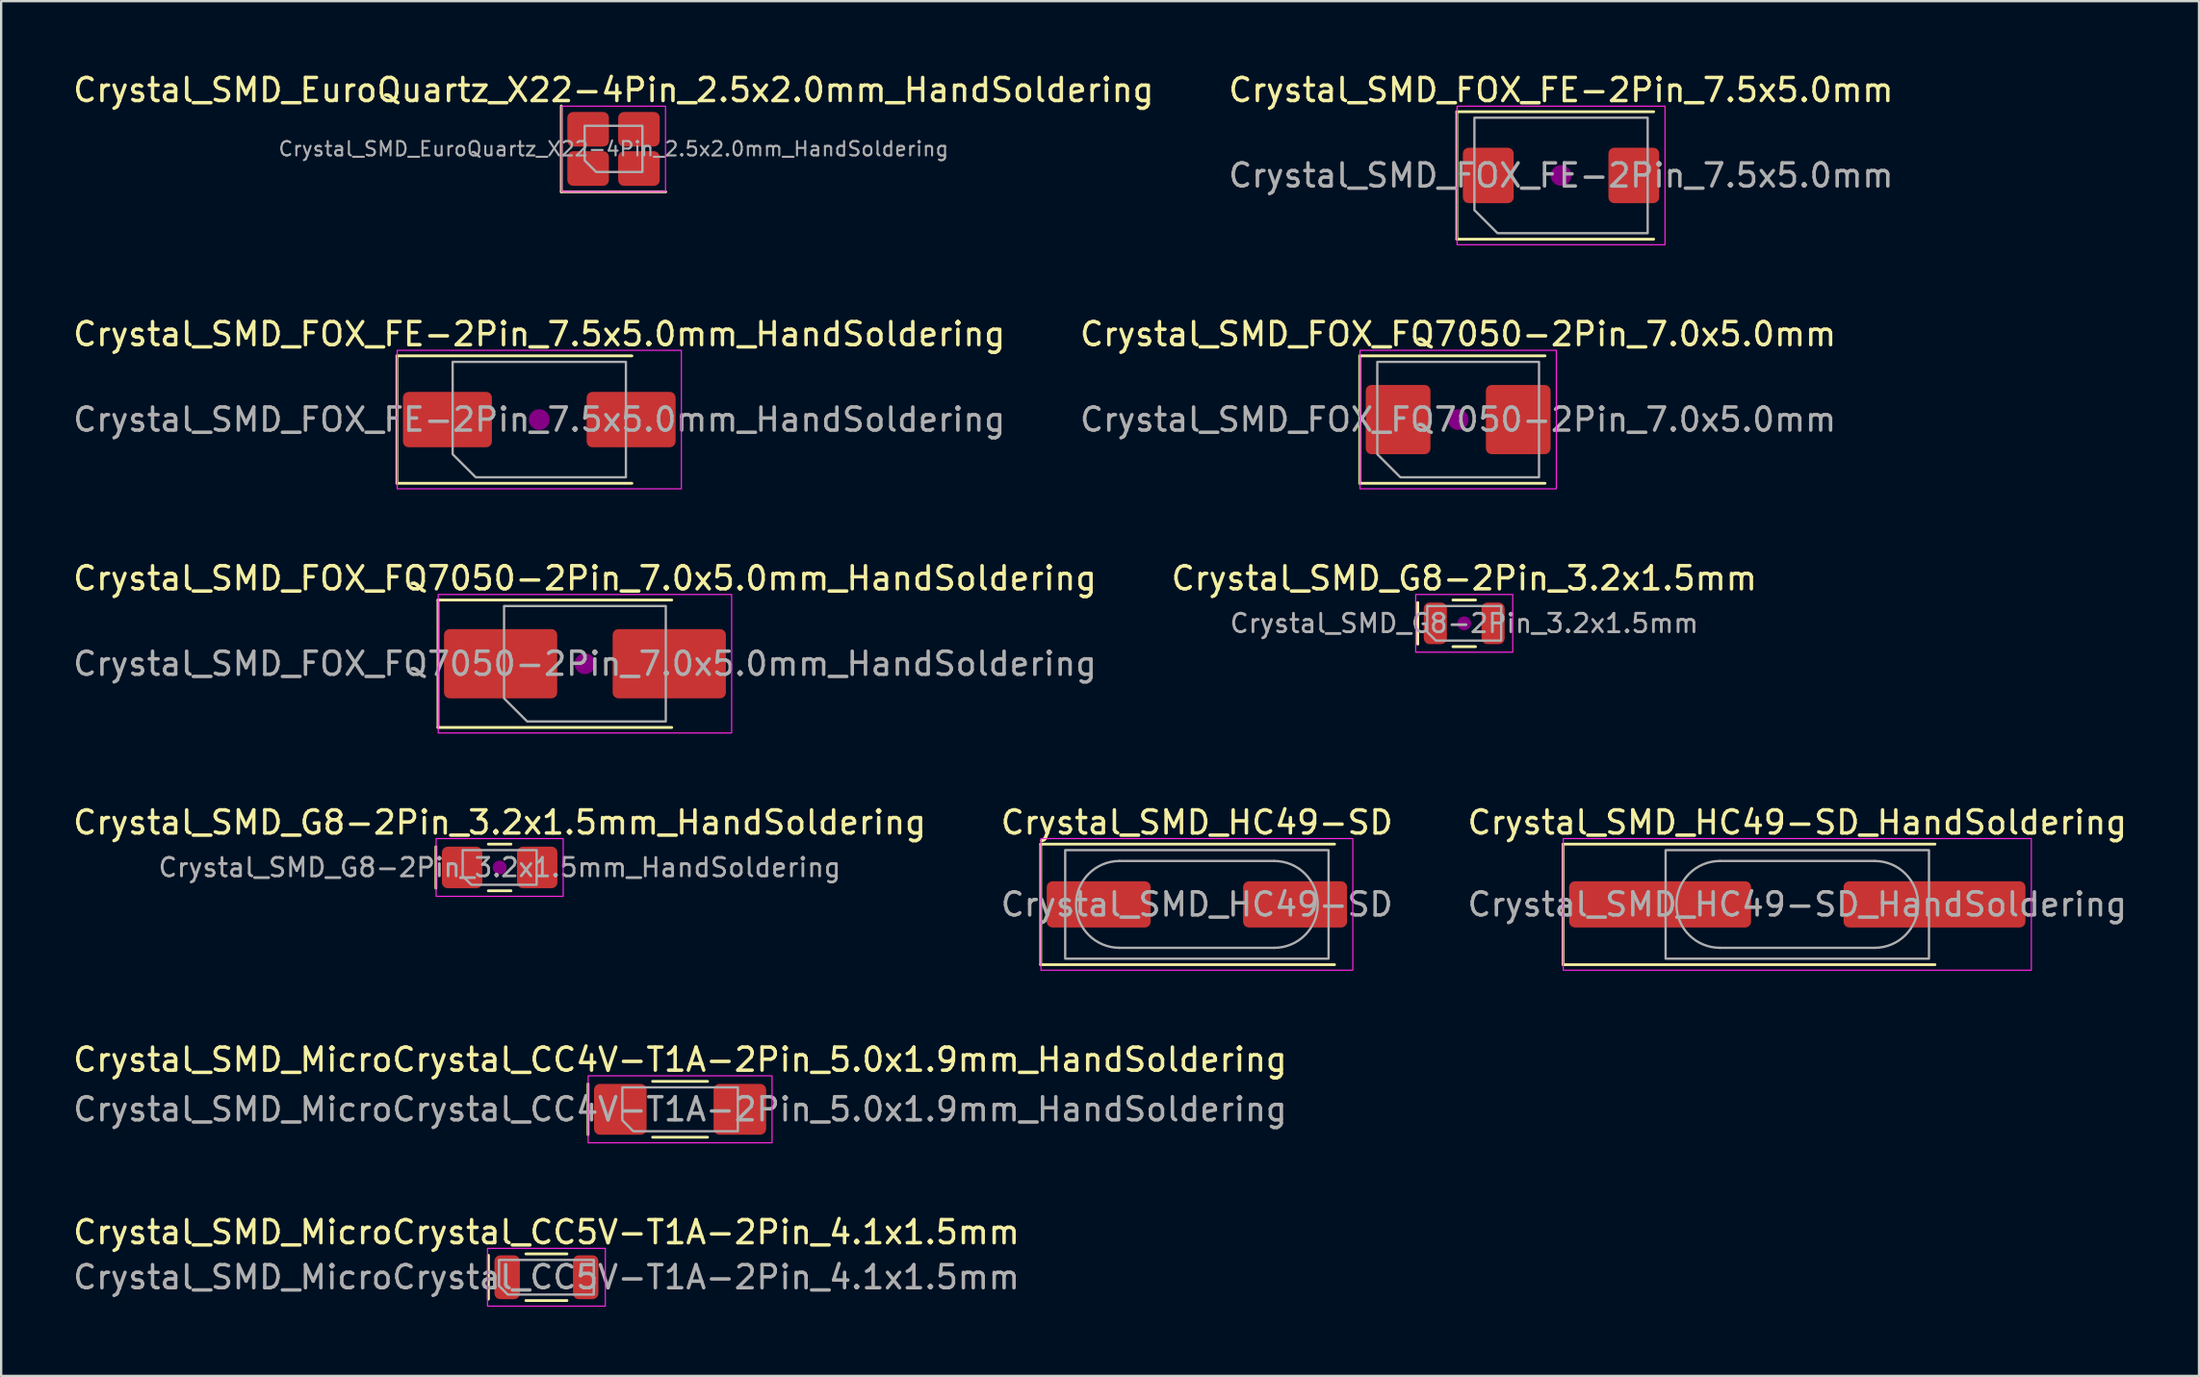
<source format=kicad_pcb>
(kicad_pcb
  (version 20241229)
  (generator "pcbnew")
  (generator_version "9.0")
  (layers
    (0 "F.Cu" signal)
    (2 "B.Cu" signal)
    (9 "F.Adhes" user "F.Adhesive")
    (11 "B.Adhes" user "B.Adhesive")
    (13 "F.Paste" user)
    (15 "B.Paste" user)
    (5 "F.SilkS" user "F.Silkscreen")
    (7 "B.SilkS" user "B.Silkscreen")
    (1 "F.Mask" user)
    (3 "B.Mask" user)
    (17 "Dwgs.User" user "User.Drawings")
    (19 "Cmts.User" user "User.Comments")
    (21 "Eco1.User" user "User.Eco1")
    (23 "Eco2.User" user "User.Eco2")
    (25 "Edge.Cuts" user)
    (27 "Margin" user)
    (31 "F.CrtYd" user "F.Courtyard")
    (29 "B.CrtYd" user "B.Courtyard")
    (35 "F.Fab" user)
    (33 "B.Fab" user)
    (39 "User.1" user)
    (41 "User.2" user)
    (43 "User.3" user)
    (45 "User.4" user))
  (footprint "Crystal_SMD_HC49-SD_HandSoldering"
    (layer "F.Cu")
    (at 74.744 36.118)
    (property "Reference" "Crystal_SMD_HC49-SD_HandSoldering" (at 0 -3.55 0) (layer "F.SilkS") (effects (font (size 1 1) (thickness 0.15))))
    (attr smd)
    (fp_line (start -10.135 -2.61) (end -10.135 2.61) (stroke (width 0.12) (type solid)) (layer "F.SilkS"))
    (fp_line (start -10.135 2.61) (end 5.96 2.61) (stroke (width 0.12) (type solid)) (layer "F.SilkS"))
    (fp_line (start 5.96 -2.61) (end -10.135 -2.61) (stroke (width 0.12) (type solid)) (layer "F.SilkS"))
    (fp_rect (start -10.13 -2.85) (end 10.13 2.85) (stroke (width 0.05) (type solid)) (fill no) (layer "F.CrtYd"))
    (fp_line (start -3.35 -1.88) (end 3.35 -1.88) (stroke (width 0.1) (type solid)) (layer "F.Fab"))
    (fp_line (start 3.35 1.88) (end -3.35 1.88) (stroke (width 0.1) (type solid)) (layer "F.Fab"))
    (fp_rect (start -5.7 -2.35) (end 5.7 2.35) (stroke (width 0.1) (type solid)) (fill no) (layer "F.Fab"))
    (fp_arc (start -3.35 1.88) (mid -5.23 0) (end -3.35 -1.88) (stroke (width 0.1) (type solid)) (layer "F.Fab"))
    (fp_arc (start 3.35 -1.88) (mid 5.23 0) (end 3.35 1.88) (stroke (width 0.1) (type solid)) (layer "F.Fab"))
    (fp_text user "${REFERENCE}" (at 0 0 0) (layer "F.Fab") (effects (font (size 1 1) (thickness 0.15))))
    (pad "1" smd roundrect (at -5.938 0) (size 7.875 2) (layers "F.Cu" "F.Mask" "F.Paste") (roundrect_rratio 0.125))
    (pad "2" smd roundrect (at 5.938 0) (size 7.875 2) (layers "F.Cu" "F.Mask" "F.Paste") (roundrect_rratio 0.125)))
  (footprint "Crystal_SMD_G8-2Pin_3.2x1.5mm"
    (layer "F.Cu")
    (at 60.327 23.945)
    (property "Reference" "Crystal_SMD_G8-2Pin_3.2x1.5mm" (at 0 -1.95 0) (layer "F.SilkS") (effects (font (size 1 1) (thickness 0.15))))
    (attr smd)
    (fp_line (start -2.01 -0.9) (end -2.01 0.9) (stroke (width 0.12) (type solid)) (layer "F.SilkS"))
    (fp_line (start -0.49 -1.01) (end 0.49 -1.01) (stroke (width 0.12) (type solid)) (layer "F.SilkS"))
    (fp_line (start -0.49 1.01) (end 0.49 1.01) (stroke (width 0.12) (type solid)) (layer "F.SilkS"))
    (fp_circle (center 0 0) (end 0.25 0) (stroke (width 0.1) (type solid)) (fill yes) (layer "F.Adhes"))
    (fp_rect (start -2.1 -1.25) (end 2.1 1.25) (stroke (width 0.05) (type solid)) (fill no) (layer "F.CrtYd"))
    (fp_poly (pts (xy -1.6 -0.75) (xy -1.6 0.375) (xy -1.225 0.75) (xy 1.6 0.75) (xy 1.6 -0.75)) (stroke (width 0.1) (type solid)) (fill no) (layer "F.Fab"))
    (fp_text user "${REFERENCE}" (at 0 0 0) (layer "F.Fab") (effects (font (size 0.8 0.8) (thickness 0.12))))
    (pad "1" smd roundrect (at -1.25 0) (size 1 1.8) (layers "F.Cu" "F.Mask" "F.Paste") (roundrect_rratio 0.25))
    (pad "2" smd roundrect (at 1.25 0) (size 1 1.8) (layers "F.Cu" "F.Mask" "F.Paste") (roundrect_rratio 0.25)))
  (footprint "Crystal_SMD_FOX_FE-2Pin_7.5x5.0mm"
    (layer "F.Cu")
    (at 64.518 4.548)
    (property "Reference" "Crystal_SMD_FOX_FE-2Pin_7.5x5.0mm" (at 0 -3.7 0) (layer "F.SilkS") (effects (font (size 1 1) (thickness 0.15))))
    (attr smd)
    (fp_line (start -4.51 -2.76) (end -4.51 2.76) (stroke (width 0.12) (type solid)) (layer "F.SilkS"))
    (fp_line (start -4.51 2.76) (end 4.01 2.76) (stroke (width 0.12) (type solid)) (layer "F.SilkS"))
    (fp_line (start 4.01 -2.76) (end -4.51 -2.76) (stroke (width 0.12) (type solid)) (layer "F.SilkS"))
    (fp_circle (center 0 0) (end 0.4 0) (stroke (width 0.1) (type solid)) (fill yes) (layer "F.Adhes"))
    (fp_rect (start -4.5 -3) (end 4.5 3) (stroke (width 0.05) (type solid)) (fill no) (layer "F.CrtYd"))
    (fp_poly (pts (xy -3.75 -2.5) (xy -3.75 1.5) (xy -2.75 2.5) (xy 3.75 2.5) (xy 3.75 -2.5)) (stroke (width 0.1) (type solid)) (fill no) (layer "F.Fab"))
    (fp_text user "${REFERENCE}" (at 0 0 0) (layer "F.Fab") (effects (font (size 1 1) (thickness 0.15))))
    (pad "1" smd roundrect (at -3.15 0) (size 2.2 2.4) (layers "F.Cu" "F.Mask" "F.Paste") (roundrect_rratio 0.114))
    (pad "2" smd roundrect (at 3.15 0) (size 2.2 2.4) (layers "F.Cu" "F.Mask" "F.Paste") (roundrect_rratio 0.114)))
  (footprint "Crystal_SMD_HC49-SD"
    (layer "F.Cu")
    (at 48.756 36.118)
    (property "Reference" "Crystal_SMD_HC49-SD" (at 0 -3.55 0) (layer "F.SilkS") (effects (font (size 1 1) (thickness 0.15))))
    (attr smd)
    (fp_line (start -6.76 -2.61) (end -6.76 2.61) (stroke (width 0.12) (type solid)) (layer "F.SilkS"))
    (fp_line (start -6.76 2.61) (end 5.96 2.61) (stroke (width 0.12) (type solid)) (layer "F.SilkS"))
    (fp_line (start 5.96 -2.61) (end -6.76 -2.61) (stroke (width 0.12) (type solid)) (layer "F.SilkS"))
    (fp_rect (start -6.75 -2.85) (end 6.75 2.85) (stroke (width 0.05) (type solid)) (fill no) (layer "F.CrtYd"))
    (fp_line (start -3.35 -1.88) (end 3.35 -1.88) (stroke (width 0.1) (type solid)) (layer "F.Fab"))
    (fp_line (start 3.35 1.88) (end -3.35 1.88) (stroke (width 0.1) (type solid)) (layer "F.Fab"))
    (fp_rect (start -5.7 -2.35) (end 5.7 2.35) (stroke (width 0.1) (type solid)) (fill no) (layer "F.Fab"))
    (fp_arc (start -3.35 1.88) (mid -5.23 0) (end -3.35 -1.88) (stroke (width 0.1) (type solid)) (layer "F.Fab"))
    (fp_arc (start 3.35 -1.88) (mid 5.23 0) (end 3.35 1.88) (stroke (width 0.1) (type solid)) (layer "F.Fab"))
    (fp_text user "${REFERENCE}" (at 0 0 0) (layer "F.Fab") (effects (font (size 1 1) (thickness 0.15))))
    (pad "1" smd roundrect (at -4.25 0) (size 4.5 2) (layers "F.Cu" "F.Mask" "F.Paste") (roundrect_rratio 0.125))
    (pad "2" smd roundrect (at 4.25 0) (size 4.5 2) (layers "F.Cu" "F.Mask" "F.Paste") (roundrect_rratio 0.125)))
  (footprint "Crystal_SMD_EuroQuartz_X22-4Pin_2.5x2.0mm_HandSoldering"
    (layer "F.Cu")
    (at 23.506 3.398)
    (property "Reference" "Crystal_SMD_EuroQuartz_X22-4Pin_2.5x2.0mm_HandSoldering" (at 0 -2.55 0) (layer "F.SilkS") (effects (font (size 1 1) (thickness 0.15))))
    (attr smd)
    (fp_line (start -2.26 -1.86) (end -2.26 1.86) (stroke (width 0.12) (type solid)) (layer "F.SilkS"))
    (fp_line (start -2.26 1.86) (end 2.26 1.86) (stroke (width 0.12) (type solid)) (layer "F.SilkS"))
    (fp_rect (start -2.25 -1.85) (end 2.25 1.85) (stroke (width 0.05) (type solid)) (fill no) (layer "F.CrtYd"))
    (fp_poly (pts (xy -1.25 -1) (xy -1.25 0.5) (xy -0.75 1) (xy 1.25 1) (xy 1.25 -1)) (stroke (width 0.1) (type solid)) (fill no) (layer "F.Fab"))
    (fp_text user "${REFERENCE}" (at 0 0 0) (layer "F.Fab") (effects (font (size 0.62 0.62) (thickness 0.09))))
    (pad "1" smd roundrect (at -1.1 0.85) (size 1.8 1.5) (layers "F.Cu" "F.Mask" "F.Paste") (roundrect_rratio 0.167))
    (pad "2" smd roundrect (at 1.1 0.85) (size 1.8 1.5) (layers "F.Cu" "F.Mask" "F.Paste") (roundrect_rratio 0.167))
    (pad "3" smd roundrect (at 1.1 -0.85) (size 1.8 1.5) (layers "F.Cu" "F.Mask" "F.Paste") (roundrect_rratio 0.167))
    (pad "4" smd roundrect (at -1.1 -0.85) (size 1.8 1.5) (layers "F.Cu" "F.Mask" "F.Paste") (roundrect_rratio 0.167)))
  (footprint "Crystal_SMD_FOX_FE-2Pin_7.5x5.0mm_HandSoldering"
    (layer "F.Cu")
    (at 20.292 15.121)
    (property "Reference" "Crystal_SMD_FOX_FE-2Pin_7.5x5.0mm_HandSoldering" (at 0 -3.7 0) (layer "F.SilkS") (effects (font (size 1 1) (thickness 0.15))))
    (attr smd)
    (fp_line (start -6.16 -2.76) (end -6.16 2.76) (stroke (width 0.12) (type solid)) (layer "F.SilkS"))
    (fp_line (start -6.16 2.76) (end 4.01 2.76) (stroke (width 0.12) (type solid)) (layer "F.SilkS"))
    (fp_line (start 4.01 -2.76) (end -6.16 -2.76) (stroke (width 0.12) (type solid)) (layer "F.SilkS"))
    (fp_circle (center 0 0) (end 0.4 0) (stroke (width 0.1) (type solid)) (fill yes) (layer "F.Adhes"))
    (fp_rect (start -6.15 -3) (end 6.15 3) (stroke (width 0.05) (type solid)) (fill no) (layer "F.CrtYd"))
    (fp_poly (pts (xy -3.75 -2.5) (xy -3.75 1.5) (xy -2.75 2.5) (xy 3.75 2.5) (xy 3.75 -2.5)) (stroke (width 0.1) (type solid)) (fill no) (layer "F.Fab"))
    (fp_text user "${REFERENCE}" (at 0 0 0) (layer "F.Fab") (effects (font (size 1 1) (thickness 0.15))))
    (pad "1" smd roundrect (at -3.975 0) (size 3.85 2.4) (layers "F.Cu" "F.Mask" "F.Paste") (roundrect_rratio 0.104))
    (pad "2" smd roundrect (at 3.975 0) (size 3.85 2.4) (layers "F.Cu" "F.Mask" "F.Paste") (roundrect_rratio 0.104)))
  (footprint "Crystal_SMD_MicroCrystal_CC5V-T1A-2Pin_4.1x1.5mm"
    (layer "F.Cu")
    (at 20.601 52.264)
    (property "Reference" "Crystal_SMD_MicroCrystal_CC5V-T1A-2Pin_4.1x1.5mm" (at 0 -1.95 0) (layer "F.SilkS") (effects (font (size 1 1) (thickness 0.15))))
    (attr smd)
    (fp_line (start -2.51 -0.95) (end -2.51 0.95) (stroke (width 0.12) (type solid)) (layer "F.SilkS"))
    (fp_line (start -0.89 -1.01) (end 0.89 -1.01) (stroke (width 0.12) (type solid)) (layer "F.SilkS"))
    (fp_line (start -0.89 1.01) (end 0.89 1.01) (stroke (width 0.12) (type solid)) (layer "F.SilkS"))
    (fp_rect (start -2.55 -1.25) (end 2.55 1.25) (stroke (width 0.05) (type solid)) (fill no) (layer "F.CrtYd"))
    (fp_poly (pts (xy -2.05 -0.75) (xy -2.05 0.375) (xy -1.675 0.75) (xy 2.05 0.75) (xy 2.05 -0.75)) (stroke (width 0.1) (type solid)) (fill no) (layer "F.Fab"))
    (fp_text user "${REFERENCE}" (at 0 0 0) (layer "F.Fab") (effects (font (size 1 1) (thickness 0.15))))
    (pad "1" smd roundrect (at -1.7 0) (size 1.1 1.9) (layers "F.Cu" "F.Mask" "F.Paste") (roundrect_rratio 0.227))
    (pad "2" smd roundrect (at 1.7 0) (size 1.1 1.9) (layers "F.Cu" "F.Mask" "F.Paste") (roundrect_rratio 0.227)))
  (footprint "Crystal_SMD_MicroCrystal_CC4V-T1A-2Pin_5.0x1.9mm_HandSoldering"
    (layer "F.Cu")
    (at 26.387 44.991)
    (property "Reference" "Crystal_SMD_MicroCrystal_CC4V-T1A-2Pin_5.0x1.9mm_HandSoldering" (at 0 -2.15 0) (layer "F.SilkS") (effects (font (size 1 1) (thickness 0.15))))
    (attr smd)
    (fp_line (start -3.985 -1.1) (end -3.985 1.1) (stroke (width 0.12) (type solid)) (layer "F.SilkS"))
    (fp_line (start -1.19 -1.21) (end 1.19 -1.21) (stroke (width 0.12) (type solid)) (layer "F.SilkS"))
    (fp_line (start -1.19 1.21) (end 1.19 1.21) (stroke (width 0.12) (type solid)) (layer "F.SilkS"))
    (fp_rect (start -3.98 -1.45) (end 3.98 1.45) (stroke (width 0.05) (type solid)) (fill no) (layer "F.CrtYd"))
    (fp_poly (pts (xy -2.5 -0.95) (xy -2.5 0.475) (xy -2.025 0.95) (xy 2.5 0.95) (xy 2.5 -0.95)) (stroke (width 0.1) (type solid)) (fill no) (layer "F.Fab"))
    (fp_text user "${REFERENCE}" (at 0 0 0) (layer "F.Fab") (effects (font (size 1 1) (thickness 0.15))))
    (pad "1" smd roundrect (at -2.587 0) (size 2.275 2.2) (layers "F.Cu" "F.Mask" "F.Paste") (roundrect_rratio 0.114))
    (pad "2" smd roundrect (at 2.587 0) (size 2.275 2.2) (layers "F.Cu" "F.Mask" "F.Paste") (roundrect_rratio 0.114)))
  (footprint "Crystal_SMD_FOX_FQ7050-2Pin_7.0x5.0mm"
    (layer "F.Cu")
    (at 60.065 15.121)
    (property "Reference" "Crystal_SMD_FOX_FQ7050-2Pin_7.0x5.0mm" (at 0 -3.7 0) (layer "F.SilkS") (effects (font (size 1 1) (thickness 0.15))))
    (attr smd)
    (fp_line (start -4.26 -2.76) (end -4.26 2.76) (stroke (width 0.12) (type solid)) (layer "F.SilkS"))
    (fp_line (start -4.26 2.76) (end 3.76 2.76) (stroke (width 0.12) (type solid)) (layer "F.SilkS"))
    (fp_line (start 3.76 -2.76) (end -4.26 -2.76) (stroke (width 0.12) (type solid)) (layer "F.SilkS"))
    (fp_circle (center 0 0) (end 0.4 0) (stroke (width 0.1) (type solid)) (fill yes) (layer "F.Adhes"))
    (fp_rect (start -4.25 -3) (end 4.25 3) (stroke (width 0.05) (type solid)) (fill no) (layer "F.CrtYd"))
    (fp_poly (pts (xy -3.5 -2.5) (xy -3.5 1.5) (xy -2.5 2.5) (xy 3.5 2.5) (xy 3.5 -2.5)) (stroke (width 0.1) (type solid)) (fill no) (layer "F.Fab"))
    (fp_text user "${REFERENCE}" (at 0 0 0) (layer "F.Fab") (effects (font (size 1 1) (thickness 0.15))))
    (pad "1" smd roundrect (at -2.6 0) (size 2.8 3) (layers "F.Cu" "F.Mask" "F.Paste") (roundrect_rratio 0.089))
    (pad "2" smd roundrect (at 2.6 0) (size 2.8 3) (layers "F.Cu" "F.Mask" "F.Paste") (roundrect_rratio 0.089)))
  (footprint "Crystal_SMD_G8-2Pin_3.2x1.5mm_HandSoldering"
    (layer "F.Cu")
    (at 18.577 34.518)
    (property "Reference" "Crystal_SMD_G8-2Pin_3.2x1.5mm_HandSoldering" (at 0 -1.95 0) (layer "F.SilkS") (effects (font (size 1 1) (thickness 0.15))))
    (attr smd)
    (fp_line (start -2.76 -0.9) (end -2.76 0.9) (stroke (width 0.12) (type solid)) (layer "F.SilkS"))
    (fp_line (start -0.49 -1.01) (end 0.49 -1.01) (stroke (width 0.12) (type solid)) (layer "F.SilkS"))
    (fp_line (start -0.49 1.01) (end 0.49 1.01) (stroke (width 0.12) (type solid)) (layer "F.SilkS"))
    (fp_circle (center 0 0) (end 0.25 0) (stroke (width 0.1) (type solid)) (fill yes) (layer "F.Adhes"))
    (fp_rect (start -2.75 -1.25) (end 2.75 1.25) (stroke (width 0.05) (type solid)) (fill no) (layer "F.CrtYd"))
    (fp_poly (pts (xy -1.6 -0.75) (xy -1.6 0.375) (xy -1.225 0.75) (xy 1.6 0.75) (xy 1.6 -0.75)) (stroke (width 0.1) (type solid)) (fill no) (layer "F.Fab"))
    (fp_text user "${REFERENCE}" (at 0 0 0) (layer "F.Fab") (effects (font (size 0.8 0.8) (thickness 0.12))))
    (pad "1" smd roundrect (at -1.625 0) (size 1.75 1.8) (layers "F.Cu" "F.Mask" "F.Paste") (roundrect_rratio 0.143))
    (pad "2" smd roundrect (at 1.625 0) (size 1.75 1.8) (layers "F.Cu" "F.Mask" "F.Paste") (roundrect_rratio 0.143)))
  (footprint "Crystal_SMD_FOX_FQ7050-2Pin_7.0x5.0mm_HandSoldering"
    (layer "F.Cu")
    (at 22.268 25.695)
    (property "Reference" "Crystal_SMD_FOX_FQ7050-2Pin_7.0x5.0mm_HandSoldering" (at 0 -3.7 0) (layer "F.SilkS") (effects (font (size 1 1) (thickness 0.15))))
    (attr smd)
    (fp_line (start -6.36 -2.76) (end -6.36 2.76) (stroke (width 0.12) (type solid)) (layer "F.SilkS"))
    (fp_line (start -6.36 2.76) (end 3.76 2.76) (stroke (width 0.12) (type solid)) (layer "F.SilkS"))
    (fp_line (start 3.76 -2.76) (end -6.36 -2.76) (stroke (width 0.12) (type solid)) (layer "F.SilkS"))
    (fp_circle (center 0 0) (end 0.4 0) (stroke (width 0.1) (type solid)) (fill yes) (layer "F.Adhes"))
    (fp_rect (start -6.35 -3) (end 6.35 3) (stroke (width 0.05) (type solid)) (fill no) (layer "F.CrtYd"))
    (fp_poly (pts (xy -3.5 -2.5) (xy -3.5 1.5) (xy -2.5 2.5) (xy 3.5 2.5) (xy 3.5 -2.5)) (stroke (width 0.1) (type solid)) (fill no) (layer "F.Fab"))
    (fp_text user "${REFERENCE}" (at 0 0 0) (layer "F.Fab") (effects (font (size 1 1) (thickness 0.15))))
    (pad "1" smd roundrect (at -3.65 0) (size 4.9 3) (layers "F.Cu" "F.Mask" "F.Paste") (roundrect_rratio 0.083))
    (pad "2" smd roundrect (at 3.65 0) (size 4.9 3) (layers "F.Cu" "F.Mask" "F.Paste") (roundrect_rratio 0.083)))
  (gr_rect
    (start -3 -3)
    (end 92.131 56.539)
    (stroke (width 0.1) (type default))
    (fill no)
    (layer "Edge.Cuts")))
</source>
